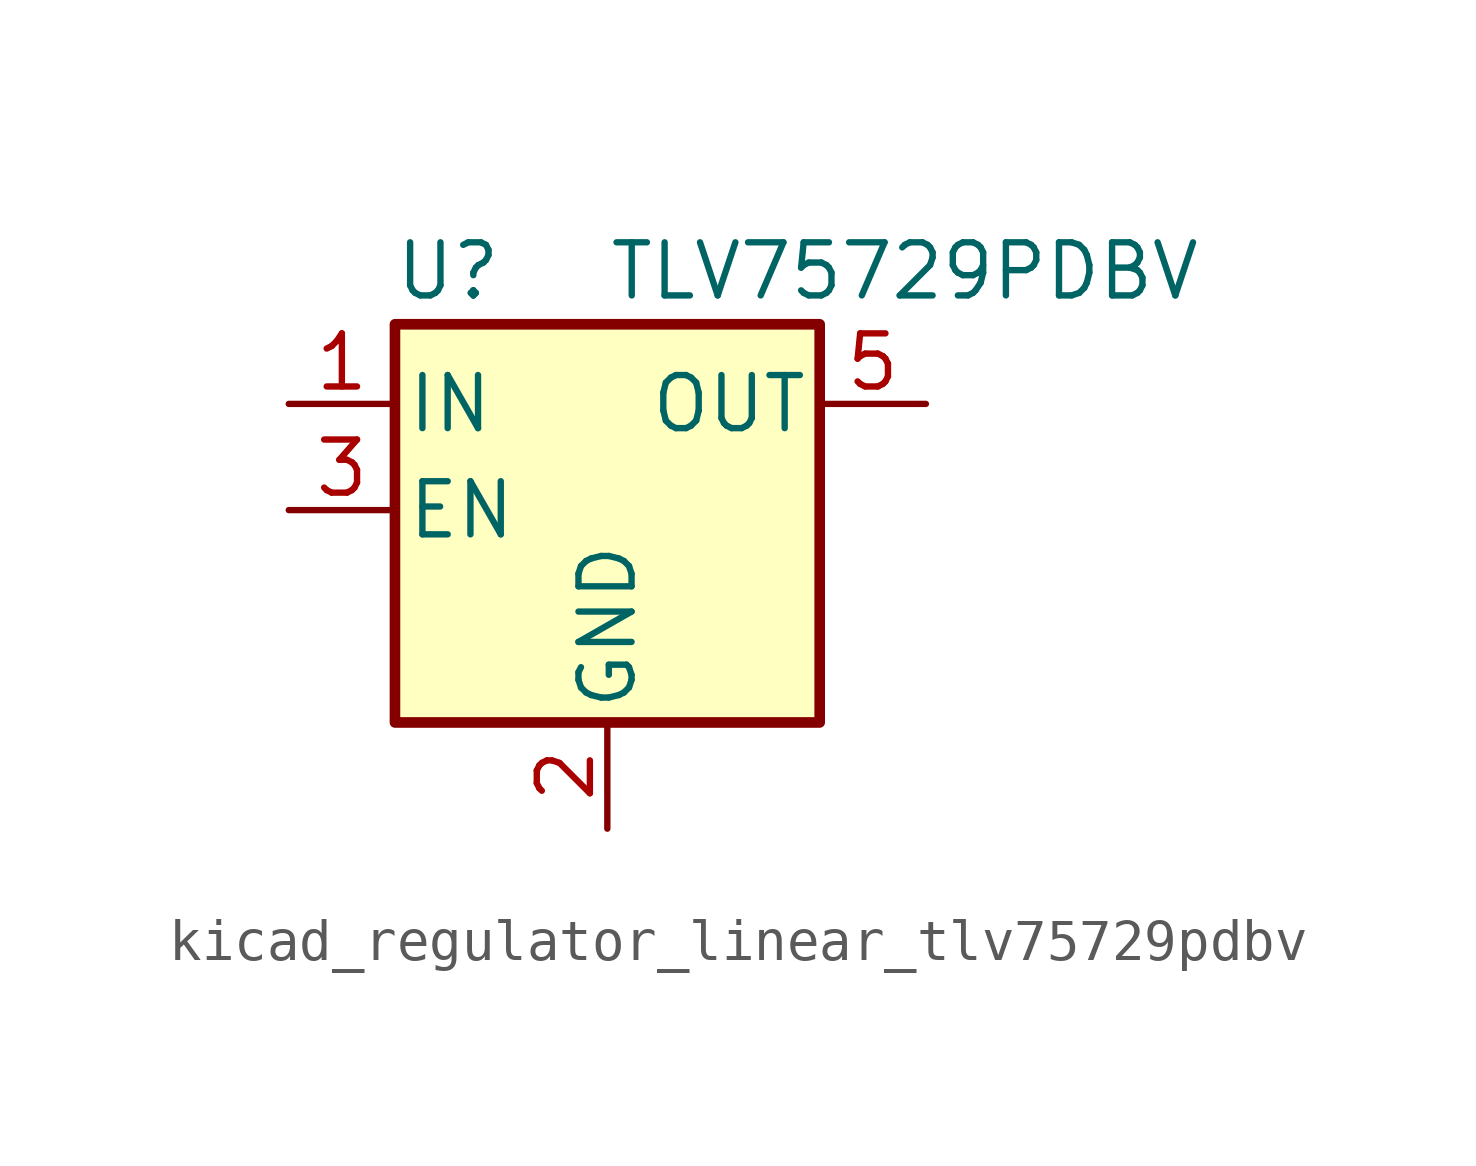
<source format=kicad_sym>
(kicad_symbol_lib
  (version 20220914)
  (generator kicad_symbol_editor)
  (symbol "kicad_regulator_linear_tlv75729pdbv"
    (pin_names
      (offset 0.254))
    (property "Reference" "U"
      (at -3.81 5.715 0)
      (effects (font (size 1.27 1.27))))
    (property "Value" "TLV75729PDBV"
      (at 0 5.715 0)
      (effects (font (size 1.27 1.27)) (justify left)))
    (symbol "kicad_regulator_linear_tlv75729pdbv_0_1"
      (rectangle (start -5.08 4.445) (end 5.08 -5.08) (stroke (width 0.254) (type default)) (fill (type background))))
    (symbol "kicad_regulator_linear_tlv75729pdbv_1_1"
      (pin power_in line (at -7.62 2.54 0) (length 2.54) (name "IN" (effects (font (size 1.27 1.27)))) (number "1" (effects (font (size 1.27 1.27)))))
      (pin power_in line (at 0 -7.62 90) (length 2.54) (name "GND" (effects (font (size 1.27 1.27)))) (number "2" (effects (font (size 1.27 1.27)))))
      (pin input line (at -7.62 0 0) (length 2.54) (name "EN" (effects (font (size 1.27 1.27)))) (number "3" (effects (font (size 1.27 1.27)))))
      (pin no_connect line (at 5.08 0 180) (length 2.54) hide (name "NC" (effects (font (size 1.27 1.27)))) (number "4" (effects (font (size 1.27 1.27)))))
      (pin power_out line (at 7.62 2.54 180) (length 2.54) (name "OUT" (effects (font (size 1.27 1.27)))) (number "5" (effects (font (size 1.27 1.27))))))))
</source>
